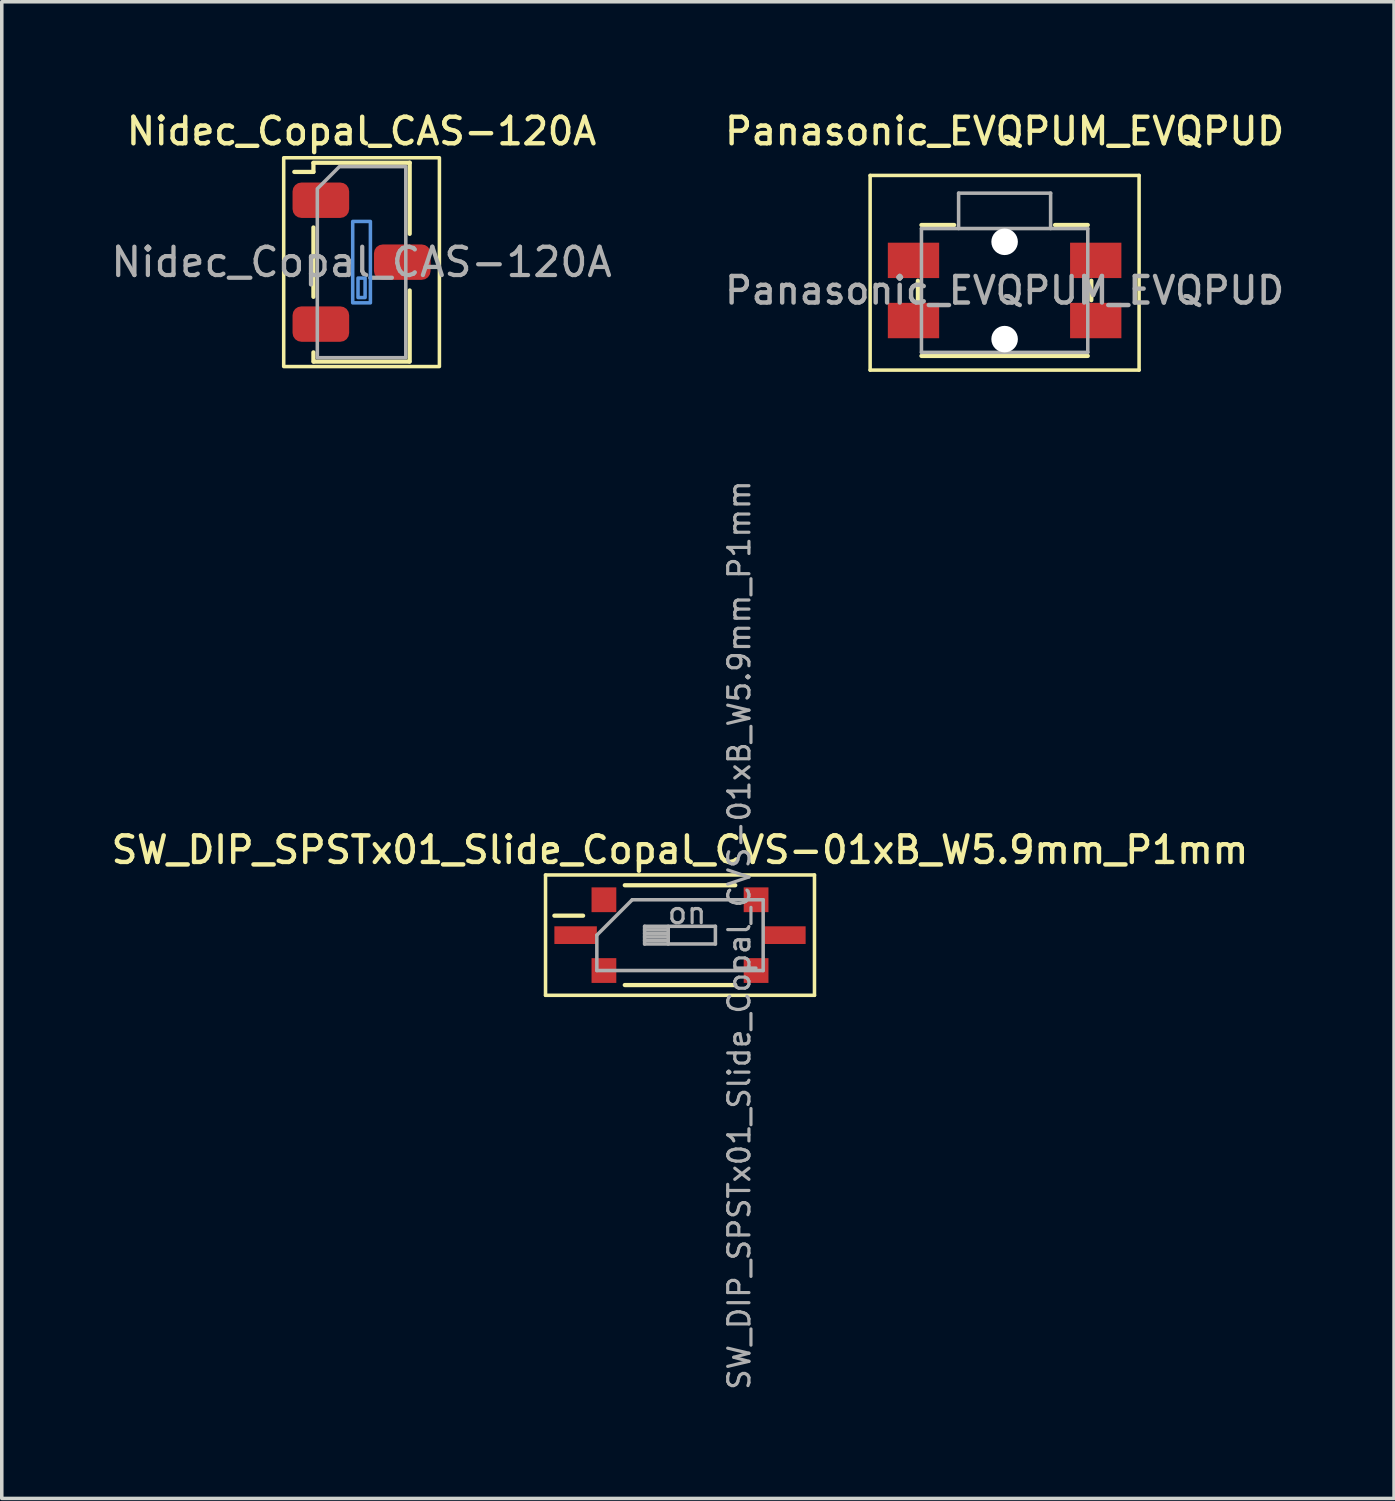
<source format=kicad_pcb>
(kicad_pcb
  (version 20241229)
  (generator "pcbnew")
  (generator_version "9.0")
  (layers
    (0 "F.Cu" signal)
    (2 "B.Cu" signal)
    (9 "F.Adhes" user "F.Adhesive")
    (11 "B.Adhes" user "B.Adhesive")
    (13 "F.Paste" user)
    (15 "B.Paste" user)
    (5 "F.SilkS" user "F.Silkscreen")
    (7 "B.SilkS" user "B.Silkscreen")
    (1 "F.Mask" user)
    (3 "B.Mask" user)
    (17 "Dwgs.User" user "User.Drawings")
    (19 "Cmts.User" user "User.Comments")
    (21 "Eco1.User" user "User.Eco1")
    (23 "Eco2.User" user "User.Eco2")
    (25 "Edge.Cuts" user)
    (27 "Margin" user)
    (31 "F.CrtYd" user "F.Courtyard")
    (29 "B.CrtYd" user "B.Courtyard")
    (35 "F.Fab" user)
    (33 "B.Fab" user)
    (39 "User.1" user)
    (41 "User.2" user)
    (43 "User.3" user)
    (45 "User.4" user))
  (footprint "Panasonic_EVQPUM_EVQPUD"
    (layer "F.Cu")
    (at 25.339 5.158)
    (property "Reference" "Panasonic_EVQPUM_EVQPUD" (at 0 -4.5 0) (layer "F.SilkS") (effects (font (size 0.75 0.75) (thickness 0.125))))
    (attr smd)
    (fp_line (start -3.8 2.25) (end -3.8 -3.25) (stroke (width 0.1) (type solid)) (layer "F.SilkS"))
    (fp_line (start -2.45 0.275) (end -2.45 -0.275) (stroke (width 0.12) (type solid)) (layer "F.SilkS"))
    (fp_line (start -1.425 -1.85) (end -2.35 -1.85) (stroke (width 0.12) (type solid)) (layer "F.SilkS"))
    (fp_line (start 2.35 -1.85) (end 1.425 -1.85) (stroke (width 0.12) (type solid)) (layer "F.SilkS"))
    (fp_line (start 2.35 1.85) (end -2.35 1.85) (stroke (width 0.12) (type solid)) (layer "F.SilkS"))
    (fp_line (start 2.45 0.275) (end 2.45 -0.275) (stroke (width 0.12) (type solid)) (layer "F.SilkS"))
    (fp_line (start 3.8 -3.25) (end -3.8 -3.25) (stroke (width 0.1) (type solid)) (layer "F.SilkS"))
    (fp_line (start 3.8 2.25) (end -3.8 2.25) (stroke (width 0.1) (type solid)) (layer "F.SilkS"))
    (fp_line (start 3.8 2.25) (end 3.8 -3.25) (stroke (width 0.1) (type solid)) (layer "F.SilkS"))
    (fp_line (start -2.35 1.75) (end -2.35 -1.75) (stroke (width 0.1) (type solid)) (layer "F.Fab"))
    (fp_line (start -1.3 -2.75) (end -1.3 -1.75) (stroke (width 0.1) (type solid)) (layer "F.Fab"))
    (fp_line (start 1.3 -2.75) (end -1.3 -2.75) (stroke (width 0.1) (type solid)) (layer "F.Fab"))
    (fp_line (start 1.3 -2.75) (end 1.3 -1.75) (stroke (width 0.1) (type solid)) (layer "F.Fab"))
    (fp_line (start 2.35 -1.75) (end -2.35 -1.75) (stroke (width 0.1) (type solid)) (layer "F.Fab"))
    (fp_line (start 2.35 1.75) (end -2.35 1.75) (stroke (width 0.1) (type solid)) (layer "F.Fab"))
    (fp_line (start 2.35 1.75) (end 2.35 -1.75) (stroke (width 0.1) (type solid)) (layer "F.Fab"))
    (fp_text user "${REFERENCE}" (at 0 0 0) (layer "F.Fab") (effects (font (size 0.75 0.75) (thickness 0.125))))
    (pad "" np_thru_hole circle (at 0 -1.375 180) (size 0.75 0.75) (drill 0.75) (layers "*.Cu" "*.Mask"))
    (pad "" np_thru_hole circle (at 0 1.375 180) (size 0.75 0.75) (drill 0.75) (layers "*.Cu" "*.Mask"))
    (pad "1" smd rect (at -2.575 -0.85 180) (size 1.45 1) (layers "F.Cu" "F.Mask" "F.Paste"))
    (pad "1" smd rect (at 2.575 -0.85 180) (size 1.45 1) (layers "F.Cu" "F.Mask" "F.Paste"))
    (pad "2" smd rect (at -2.575 0.85 180) (size 1.45 1) (layers "F.Cu" "F.Mask" "F.Paste"))
    (pad "2" smd rect (at 2.575 0.85 180) (size 1.45 1) (layers "F.Cu" "F.Mask" "F.Paste")))
  (footprint "Nidec_Copal_CAS-120A"
    (layer "F.Cu")
    (at 7.167 4.358)
    (property "Reference" "Nidec_Copal_CAS-120A" (at 0 -3.7 0) (unlocked yes) (layer "F.SilkS") (effects (font (size 0.75 0.75) (thickness 0.125))))
    (attr smd)
    (fp_line (start -1.36 -2.81) (end 1.36 -2.81) (stroke (width 0.12) (type solid)) (layer "F.SilkS"))
    (fp_line (start -1.36 -2.55) (end -1.9 -2.55) (stroke (width 0.12) (type default)) (layer "F.SilkS"))
    (fp_line (start -1.36 -2.55) (end -1.36 -2.8) (stroke (width 0.12) (type solid)) (layer "F.SilkS"))
    (fp_line (start -1.36 -0.98) (end -1.36 0.98) (stroke (width 0.12) (type solid)) (layer "F.SilkS"))
    (fp_line (start -1.36 2.81) (end -1.36 2.55) (stroke (width 0.12) (type solid)) (layer "F.SilkS"))
    (fp_line (start 1.35 2.81) (end -1.35 2.81) (stroke (width 0.12) (type solid)) (layer "F.SilkS"))
    (fp_line (start 1.36 -2.81) (end 1.36 -0.8) (stroke (width 0.12) (type solid)) (layer "F.SilkS"))
    (fp_line (start 1.36 0.8) (end 1.36 2.81) (stroke (width 0.12) (type solid)) (layer "F.SilkS"))
    (fp_rect (start 2.2 -2.95) (end -2.2 2.95) (stroke (width 0.1) (type solid)) (fill no) (layer "F.SilkS"))
    (fp_rect (start -0.25 -1.15) (end 0.25 1.15) (stroke (width 0.1) (type default)) (fill no) (layer "Cmts.User"))
    (fp_rect (start -0.1 0.45) (end 0.1 1) (stroke (width 0.1) (type solid)) (fill no) (layer "Cmts.User"))
    (fp_poly (pts (xy 1.25 -2.7) (xy -0.625 -2.7) (xy -1.25 -2.075) (xy -1.25 2.7) (xy 1.25 2.7)) (stroke (width 0.1) (type solid)) (fill no) (layer "F.Fab"))
    (fp_text user "${REFERENCE}" (at 0 0 0) (unlocked yes) (layer "F.Fab") (effects (font (size 0.8 0.8) (thickness 0.12))))
    (pad "1" smd roundrect (at -1.15 -1.75 270) (size 1 1.6) (layers "F.Cu" "F.Mask" "F.Paste") (roundrect_rratio 0.25))
    (pad "2" smd roundrect (at 1.15 0 270) (size 1 1.6) (layers "F.Cu" "F.Mask" "F.Paste") (roundrect_rratio 0.25))
    (pad "3" smd roundrect (at -1.15 1.75 270) (size 1 1.6) (layers "F.Cu" "F.Mask" "F.Paste") (roundrect_rratio 0.25)))
  (footprint "SW_DIP_SPSTx01_Slide_Copal_CVS-01xB_W5.9mm_P1mm"
    (layer "F.Cu")
    (at 16.166 23.376)
    (property "Reference" "SW_DIP_SPSTx01_Slide_Copal_CVS-01xB_W5.9mm_P1mm" (at 0 -2.41 0) (layer "F.SilkS") (effects (font (size 0.75 0.75) (thickness 0.125))))
    (attr smd)
    (fp_line (start -3.8 -1.7) (end -3.8 1.7) (stroke (width 0.1) (type solid)) (layer "F.SilkS"))
    (fp_line (start -3.8 1.7) (end 3.8 1.7) (stroke (width 0.1) (type solid)) (layer "F.SilkS"))
    (fp_line (start -3.55 -0.55) (end -2.739 -0.55) (stroke (width 0.12) (type solid)) (layer "F.SilkS"))
    (fp_line (start -1.56 -1.41) (end 1.561 -1.41) (stroke (width 0.12) (type solid)) (layer "F.SilkS"))
    (fp_line (start -1.56 1.41) (end 1.561 1.41) (stroke (width 0.12) (type solid)) (layer "F.SilkS"))
    (fp_line (start 3.8 -1.7) (end -3.8 -1.7) (stroke (width 0.1) (type solid)) (layer "F.SilkS"))
    (fp_line (start 3.8 1.7) (end 3.8 -1.7) (stroke (width 0.1) (type solid)) (layer "F.SilkS"))
    (fp_line (start -2.35 0) (end -1.35 -1) (stroke (width 0.1) (type solid)) (layer "F.Fab"))
    (fp_line (start -2.35 1) (end -2.35 0) (stroke (width 0.1) (type solid)) (layer "F.Fab"))
    (fp_line (start -1.35 -1) (end 2.35 -1) (stroke (width 0.1) (type solid)) (layer "F.Fab"))
    (fp_line (start -1 -0.25) (end -1 0.25) (stroke (width 0.1) (type solid)) (layer "F.Fab"))
    (fp_line (start -1 -0.15) (end -0.333 -0.15) (stroke (width 0.1) (type solid)) (layer "F.Fab"))
    (fp_line (start -1 -0.05) (end -0.333 -0.05) (stroke (width 0.1) (type solid)) (layer "F.Fab"))
    (fp_line (start -1 0.05) (end -0.333 0.05) (stroke (width 0.1) (type solid)) (layer "F.Fab"))
    (fp_line (start -1 0.15) (end -0.333 0.15) (stroke (width 0.1) (type solid)) (layer "F.Fab"))
    (fp_line (start -1 0.25) (end 1 0.25) (stroke (width 0.1) (type solid)) (layer "F.Fab"))
    (fp_line (start -0.333 -0.25) (end -0.333 0.25) (stroke (width 0.1) (type solid)) (layer "F.Fab"))
    (fp_line (start 1 -0.25) (end -1 -0.25) (stroke (width 0.1) (type solid)) (layer "F.Fab"))
    (fp_line (start 1 0.25) (end 1 -0.25) (stroke (width 0.1) (type solid)) (layer "F.Fab"))
    (fp_line (start 2.35 -1) (end 2.35 1) (stroke (width 0.1) (type solid)) (layer "F.Fab"))
    (fp_line (start 2.35 1) (end -2.35 1) (stroke (width 0.1) (type solid)) (layer "F.Fab"))
    (fp_text user "on" (at 0.2 -0.625 0) (layer "F.Fab") (effects (font (size 0.6 0.6) (thickness 0.09))))
    (fp_text user "${REFERENCE}" (at 1.675 0 90) (layer "F.Fab") (effects (font (size 0.6 0.6) (thickness 0.09))))
    (pad "1" smd rect (at -2.95 0) (size 1.2 0.5) (layers "F.Cu" "F.Mask" "F.Paste"))
    (pad "2" smd rect (at 2.95 0) (size 1.2 0.5) (layers "F.Cu" "F.Mask" "F.Paste"))
    (pad "3" smd rect (at -2.15 -1) (size 0.7 0.7) (layers "F.Cu" "F.Mask" "F.Paste"))
    (pad "3" smd rect (at -2.15 1) (size 0.7 0.7) (layers "F.Cu" "F.Mask" "F.Paste"))
    (pad "3" smd rect (at 2.15 -1) (size 0.7 0.7) (layers "F.Cu" "F.Mask" "F.Paste"))
    (pad "3" smd rect (at 2.15 1) (size 0.7 0.7) (layers "F.Cu" "F.Mask" "F.Paste")))
  (gr_rect
    (start -3 -3)
    (end 36.344 39.294)
    (stroke (width 0.1) (type default))
    (fill no)
    (layer "Edge.Cuts")))
</source>
